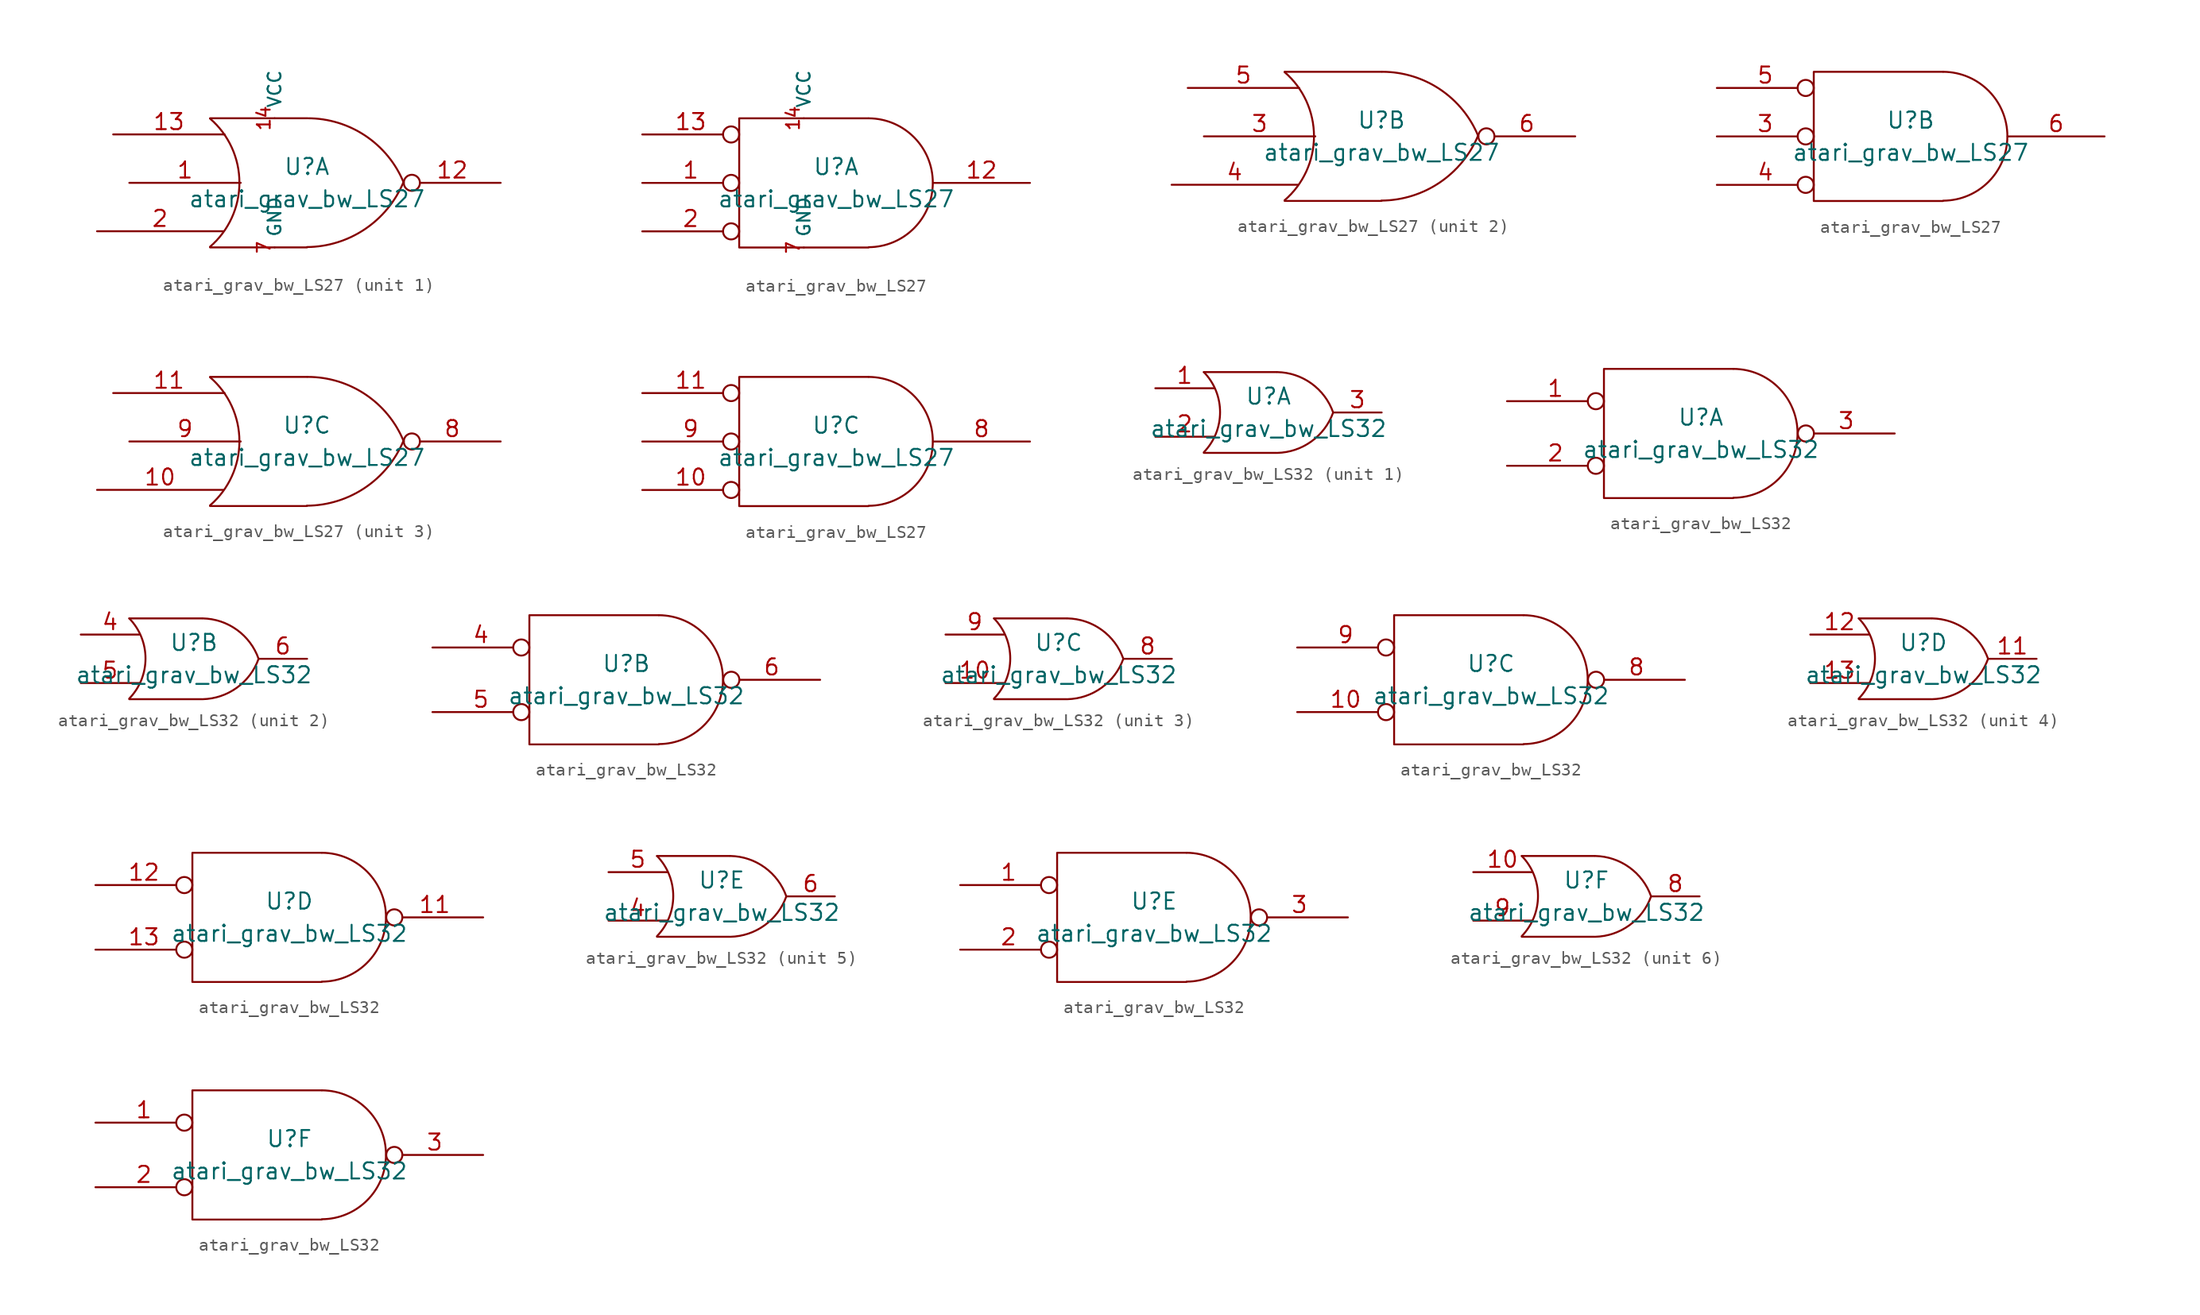
<source format=kicad_sym>
(kicad_symbol_lib
  (version 20211014)
  (generator kicad_symbol_editor)
  (symbol "atari_grav_bw_LS27"
    (pin_names
      (offset 0.762))
    (property "Reference" "U"
      (at 0 1.27 0)
      (effects (font (size 1.27 1.27))))
    (property "Value" "atari_grav_bw_LS27"
      (at 0 -1.27 0)
      (effects (font (size 1.27 1.27))))
    (symbol "atari_grav_bw_LS27_0_1"
      (arc (start -7.62 -5.0292) (mid -5.3094 0.0082) (end -7.62 5.0546) (stroke (width 0) (type default) (color 0 0 0 0)) (fill (type none)))
      (arc (start 0 -5.0546) (mid 4.5632 -3.6449) (end 7.5946 0.0508) (stroke (width 0) (type default) (color 0 0 0 0)) (fill (type none)))
      (polyline (pts (xy -7.62 -5.08) (xy 0 -5.08)) (stroke (width 0) (type default) (color 0 0 0 0)) (fill (type none)))
      (polyline (pts (xy -7.62 5.08) (xy 0 5.08)) (stroke (width 0) (type default) (color 0 0 0 0)) (fill (type none)))
      (arc (start 7.62 0) (mid 4.6132 3.6946) (end 0.0508 5.08) (stroke (width 0) (type default) (color 0 0 0 0)) (fill (type none))))
    (symbol "atari_grav_bw_LS27_0_2"
      (polyline (pts (xy 2.54 5.08) (xy -7.62 5.08) (xy -7.62 -5.08) (xy 2.54 -5.08)) (stroke (width 0) (type default) (color 0 0 0 0)) (fill (type none)))
      (arc (start 2.5654 -5.0546) (mid 7.5947 0.0001) (end 2.5654 5.08) (stroke (width 0) (type default) (color 0 0 0 0)) (fill (type none))))
    (symbol "atari_grav_bw_LS27_1_0"
      (pin power_in line (at -2.54 5.08 90) (length 0) (name "VCC" (effects (font (size 1.016 1.016)))) (number "14" (effects (font (size 1.016 1.016)))))
      (pin power_in line (at -2.54 -5.08 90) (length 0) (name "GND" (effects (font (size 1.016 1.016)))) (number "7" (effects (font (size 1.016 1.016))))))
    (symbol "atari_grav_bw_LS27_1_1"
      (pin input line (at -13.97 0 0) (length 8.763) (name "~" (effects (font (size 1.27 1.27)))) (number "1" (effects (font (size 1.27 1.27)))))
      (pin output inverted (at 15.24 0 180) (length 7.62) (name "~" (effects (font (size 1.27 1.27)))) (number "12" (effects (font (size 1.27 1.27)))))
      (pin input line (at -15.24 3.81 0) (length 8.763) (name "~" (effects (font (size 1.27 1.27)))) (number "13" (effects (font (size 1.27 1.27)))))
      (pin input line (at -16.51 -3.81 0) (length 9.906) (name "~" (effects (font (size 1.27 1.27)))) (number "2" (effects (font (size 1.27 1.27))))))
    (symbol "atari_grav_bw_LS27_1_2"
      (pin input inverted (at -15.24 0 0) (length 7.62) (name "~" (effects (font (size 1.27 1.27)))) (number "1" (effects (font (size 1.27 1.27)))))
      (pin output line (at 15.24 0 180) (length 7.62) (name "~" (effects (font (size 1.27 1.27)))) (number "12" (effects (font (size 1.27 1.27)))))
      (pin input inverted (at -15.24 3.81 0) (length 7.62) (name "~" (effects (font (size 1.27 1.27)))) (number "13" (effects (font (size 1.27 1.27)))))
      (pin input inverted (at -15.24 -3.81 0) (length 7.62) (name "~" (effects (font (size 1.27 1.27)))) (number "2" (effects (font (size 1.27 1.27))))))
    (symbol "atari_grav_bw_LS27_2_1"
      (pin input line (at -13.97 0 0) (length 8.763) (name "~" (effects (font (size 1.27 1.27)))) (number "3" (effects (font (size 1.27 1.27)))))
      (pin input line (at -16.51 -3.81 0) (length 9.906) (name "~" (effects (font (size 1.27 1.27)))) (number "4" (effects (font (size 1.27 1.27)))))
      (pin input line (at -15.24 3.81 0) (length 8.763) (name "~" (effects (font (size 1.27 1.27)))) (number "5" (effects (font (size 1.27 1.27)))))
      (pin output inverted (at 15.24 0 180) (length 7.62) (name "~" (effects (font (size 1.27 1.27)))) (number "6" (effects (font (size 1.27 1.27))))))
    (symbol "atari_grav_bw_LS27_2_2"
      (pin input inverted (at -15.24 0 0) (length 7.62) (name "~" (effects (font (size 1.27 1.27)))) (number "3" (effects (font (size 1.27 1.27)))))
      (pin input inverted (at -15.24 -3.81 0) (length 7.62) (name "~" (effects (font (size 1.27 1.27)))) (number "4" (effects (font (size 1.27 1.27)))))
      (pin input inverted (at -15.24 3.81 0) (length 7.62) (name "~" (effects (font (size 1.27 1.27)))) (number "5" (effects (font (size 1.27 1.27)))))
      (pin output line (at 15.24 0 180) (length 7.62) (name "~" (effects (font (size 1.27 1.27)))) (number "6" (effects (font (size 1.27 1.27))))))
    (symbol "atari_grav_bw_LS27_3_1"
      (pin input line (at -16.51 -3.81 0) (length 9.906) (name "~" (effects (font (size 1.27 1.27)))) (number "10" (effects (font (size 1.27 1.27)))))
      (pin input line (at -15.24 3.81 0) (length 8.763) (name "~" (effects (font (size 1.27 1.27)))) (number "11" (effects (font (size 1.27 1.27)))))
      (pin output inverted (at 15.24 0 180) (length 7.62) (name "~" (effects (font (size 1.27 1.27)))) (number "8" (effects (font (size 1.27 1.27)))))
      (pin input line (at -13.97 0 0) (length 8.763) (name "~" (effects (font (size 1.27 1.27)))) (number "9" (effects (font (size 1.27 1.27))))))
    (symbol "atari_grav_bw_LS27_3_2"
      (pin input inverted (at -15.24 -3.81 0) (length 7.62) (name "~" (effects (font (size 1.27 1.27)))) (number "10" (effects (font (size 1.27 1.27)))))
      (pin input inverted (at -15.24 3.81 0) (length 7.62) (name "~" (effects (font (size 1.27 1.27)))) (number "11" (effects (font (size 1.27 1.27)))))
      (pin output line (at 15.24 0 180) (length 7.62) (name "~" (effects (font (size 1.27 1.27)))) (number "8" (effects (font (size 1.27 1.27)))))
      (pin input inverted (at -15.24 0 0) (length 7.62) (name "~" (effects (font (size 1.27 1.27)))) (number "9" (effects (font (size 1.27 1.27)))))))
  (symbol "atari_grav_bw_LS32"
    (pin_names
      (offset 0.762))
    (property "Reference" "U"
      (at 0 1.27 0)
      (effects (font (size 1.27 1.27))))
    (property "Value" "atari_grav_bw_LS32"
      (at 0 -1.27 0)
      (effects (font (size 1.27 1.27))))
    (symbol "atari_grav_bw_LS32_0_1"
      (arc (start -5.08 -3.1242) (mid -3.8046 0.0254) (end -5.08 3.175) (stroke (width 0) (type default) (color 0 0 0 0)) (fill (type none)))
      (polyline (pts (xy -5.08 -3.175) (xy 0.635 -3.175)) (stroke (width 0) (type default) (color 0 0 0 0)) (fill (type none)))
      (polyline (pts (xy -5.08 3.175) (xy 0.635 3.175)) (stroke (width 0) (type default) (color 0 0 0 0)) (fill (type none)))
      (arc (start 0.6858 -3.175) (mid 3.3775 -2.2683) (end 5.08 0) (stroke (width 0) (type default) (color 0 0 0 0)) (fill (type none)))
      (arc (start 5.08 0) (mid 3.3764 2.2771) (end 0.6858 3.175) (stroke (width 0) (type default) (color 0 0 0 0)) (fill (type none))))
    (symbol "atari_grav_bw_LS32_0_2"
      (polyline (pts (xy 2.54 5.08) (xy -7.62 5.08) (xy -7.62 -5.08) (xy 2.54 -5.08)) (stroke (width 0) (type default) (color 0 0 0 0)) (fill (type none)))
      (arc (start 2.5654 -5.0546) (mid 7.5947 0.0001) (end 2.5654 5.08) (stroke (width 0) (type default) (color 0 0 0 0)) (fill (type none))))
    (symbol "atari_grav_bw_LS32_1_1"
      (pin input line (at -8.89 1.905 0) (length 4.597) (name "~" (effects (font (size 1.27 1.27)))) (number "1" (effects (font (size 1.27 1.27)))))
      (pin input line (at -8.89 -1.905 0) (length 4.597) (name "~" (effects (font (size 1.27 1.27)))) (number "2" (effects (font (size 1.27 1.27)))))
      (pin output line (at 8.89 0 180) (length 3.81) (name "~" (effects (font (size 1.27 1.27)))) (number "3" (effects (font (size 1.27 1.27))))))
    (symbol "atari_grav_bw_LS32_1_2"
      (pin input inverted (at -15.24 2.54 0) (length 7.62) (name "~" (effects (font (size 1.27 1.27)))) (number "1" (effects (font (size 1.27 1.27)))))
      (pin input inverted (at -15.24 -2.54 0) (length 7.62) (name "~" (effects (font (size 1.27 1.27)))) (number "2" (effects (font (size 1.27 1.27)))))
      (pin output inverted (at 15.24 0 180) (length 7.62) (name "~" (effects (font (size 1.27 1.27)))) (number "3" (effects (font (size 1.27 1.27))))))
    (symbol "atari_grav_bw_LS32_2_1"
      (pin input line (at -8.89 1.905 0) (length 4.597) (name "~" (effects (font (size 1.27 1.27)))) (number "4" (effects (font (size 1.27 1.27)))))
      (pin input line (at -8.89 -1.905 0) (length 4.597) (name "~" (effects (font (size 1.27 1.27)))) (number "5" (effects (font (size 1.27 1.27)))))
      (pin output line (at 8.89 0 180) (length 3.81) (name "~" (effects (font (size 1.27 1.27)))) (number "6" (effects (font (size 1.27 1.27))))))
    (symbol "atari_grav_bw_LS32_2_2"
      (pin input inverted (at -15.24 2.54 0) (length 7.62) (name "~" (effects (font (size 1.27 1.27)))) (number "4" (effects (font (size 1.27 1.27)))))
      (pin input inverted (at -15.24 -2.54 0) (length 7.62) (name "~" (effects (font (size 1.27 1.27)))) (number "5" (effects (font (size 1.27 1.27)))))
      (pin output inverted (at 15.24 0 180) (length 7.62) (name "~" (effects (font (size 1.27 1.27)))) (number "6" (effects (font (size 1.27 1.27))))))
    (symbol "atari_grav_bw_LS32_3_1"
      (pin input line (at -8.89 -1.905 0) (length 4.597) (name "~" (effects (font (size 1.27 1.27)))) (number "10" (effects (font (size 1.27 1.27)))))
      (pin output line (at 8.89 0 180) (length 3.81) (name "~" (effects (font (size 1.27 1.27)))) (number "8" (effects (font (size 1.27 1.27)))))
      (pin input line (at -8.89 1.905 0) (length 4.597) (name "~" (effects (font (size 1.27 1.27)))) (number "9" (effects (font (size 1.27 1.27))))))
    (symbol "atari_grav_bw_LS32_3_2"
      (pin input inverted (at -15.24 -2.54 0) (length 7.62) (name "~" (effects (font (size 1.27 1.27)))) (number "10" (effects (font (size 1.27 1.27)))))
      (pin output inverted (at 15.24 0 180) (length 7.62) (name "~" (effects (font (size 1.27 1.27)))) (number "8" (effects (font (size 1.27 1.27)))))
      (pin input inverted (at -15.24 2.54 0) (length 7.62) (name "~" (effects (font (size 1.27 1.27)))) (number "9" (effects (font (size 1.27 1.27))))))
    (symbol "atari_grav_bw_LS32_4_1"
      (pin output line (at 8.89 0 180) (length 3.81) (name "~" (effects (font (size 1.27 1.27)))) (number "11" (effects (font (size 1.27 1.27)))))
      (pin input line (at -8.89 1.905 0) (length 4.597) (name "~" (effects (font (size 1.27 1.27)))) (number "12" (effects (font (size 1.27 1.27)))))
      (pin input line (at -8.89 -1.905 0) (length 4.597) (name "~" (effects (font (size 1.27 1.27)))) (number "13" (effects (font (size 1.27 1.27))))))
    (symbol "atari_grav_bw_LS32_4_2"
      (pin output inverted (at 15.24 0 180) (length 7.62) (name "~" (effects (font (size 1.27 1.27)))) (number "11" (effects (font (size 1.27 1.27)))))
      (pin input inverted (at -15.24 2.54 0) (length 7.62) (name "~" (effects (font (size 1.27 1.27)))) (number "12" (effects (font (size 1.27 1.27)))))
      (pin input inverted (at -15.24 -2.54 0) (length 7.62) (name "~" (effects (font (size 1.27 1.27)))) (number "13" (effects (font (size 1.27 1.27))))))
    (symbol "atari_grav_bw_LS32_5_1"
      (pin input line (at -8.89 -1.905 0) (length 4.597) (name "~" (effects (font (size 1.27 1.27)))) (number "4" (effects (font (size 1.27 1.27)))))
      (pin input line (at -8.89 1.905 0) (length 4.597) (name "~" (effects (font (size 1.27 1.27)))) (number "5" (effects (font (size 1.27 1.27)))))
      (pin output line (at 8.89 0 180) (length 3.81) (name "~" (effects (font (size 1.27 1.27)))) (number "6" (effects (font (size 1.27 1.27))))))
    (symbol "atari_grav_bw_LS32_5_2"
      (pin input inverted (at -15.24 2.54 0) (length 7.62) (name "~" (effects (font (size 1.27 1.27)))) (number "1" (effects (font (size 1.27 1.27)))))
      (pin input inverted (at -15.24 -2.54 0) (length 7.62) (name "~" (effects (font (size 1.27 1.27)))) (number "2" (effects (font (size 1.27 1.27)))))
      (pin output inverted (at 15.24 0 180) (length 7.62) (name "~" (effects (font (size 1.27 1.27)))) (number "3" (effects (font (size 1.27 1.27))))))
    (symbol "atari_grav_bw_LS32_6_1"
      (pin input line (at -8.89 1.905 0) (length 4.597) (name "~" (effects (font (size 1.27 1.27)))) (number "10" (effects (font (size 1.27 1.27)))))
      (pin output line (at 8.89 0 180) (length 3.81) (name "~" (effects (font (size 1.27 1.27)))) (number "8" (effects (font (size 1.27 1.27)))))
      (pin input line (at -8.89 -1.905 0) (length 4.597) (name "~" (effects (font (size 1.27 1.27)))) (number "9" (effects (font (size 1.27 1.27))))))
    (symbol "atari_grav_bw_LS32_6_2"
      (pin input inverted (at -15.24 2.54 0) (length 7.62) (name "~" (effects (font (size 1.27 1.27)))) (number "1" (effects (font (size 1.27 1.27)))))
      (pin input inverted (at -15.24 -2.54 0) (length 7.62) (name "~" (effects (font (size 1.27 1.27)))) (number "2" (effects (font (size 1.27 1.27)))))
      (pin output inverted (at 15.24 0 180) (length 7.62) (name "~" (effects (font (size 1.27 1.27)))) (number "3" (effects (font (size 1.27 1.27))))))))
</source>
